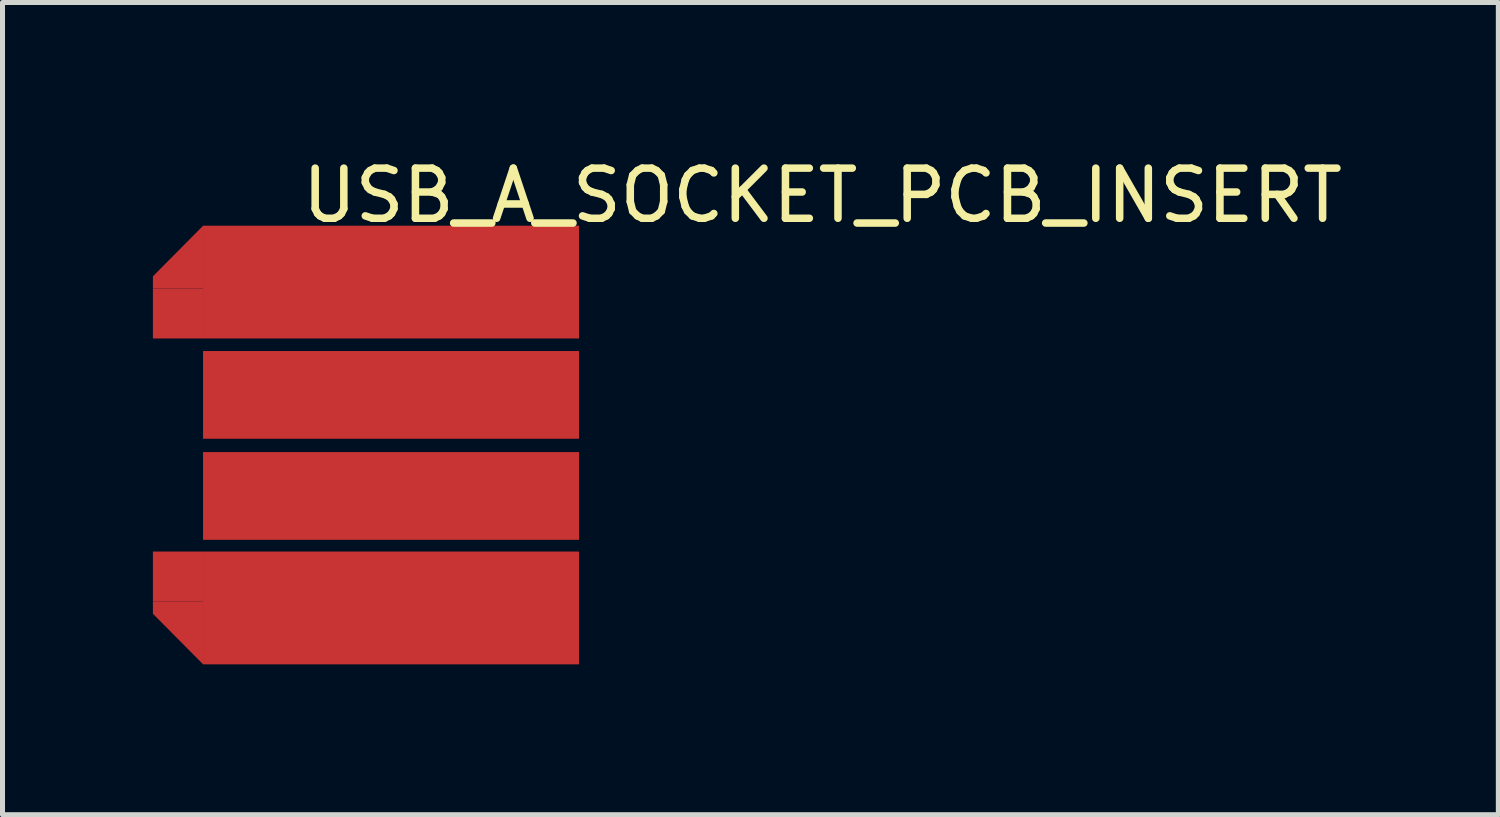
<source format=kicad_pcb>
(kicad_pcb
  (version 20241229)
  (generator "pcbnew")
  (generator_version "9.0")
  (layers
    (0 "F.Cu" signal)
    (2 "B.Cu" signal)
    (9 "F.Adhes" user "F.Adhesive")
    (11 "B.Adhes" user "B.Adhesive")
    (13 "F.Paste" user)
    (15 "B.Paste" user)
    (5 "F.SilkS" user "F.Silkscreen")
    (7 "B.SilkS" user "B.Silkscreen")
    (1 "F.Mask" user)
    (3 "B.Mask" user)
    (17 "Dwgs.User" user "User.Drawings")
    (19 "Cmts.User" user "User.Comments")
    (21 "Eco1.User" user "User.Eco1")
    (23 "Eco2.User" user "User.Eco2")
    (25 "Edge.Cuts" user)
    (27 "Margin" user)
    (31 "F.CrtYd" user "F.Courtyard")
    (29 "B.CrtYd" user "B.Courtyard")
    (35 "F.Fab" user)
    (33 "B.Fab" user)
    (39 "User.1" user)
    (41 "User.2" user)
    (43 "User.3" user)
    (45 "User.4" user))
  (footprint "USB_A_SOCKET_PCB_INSERT"
    (layer "F.Cu")
    (at 4.75 5.827)
    (property "Reference" "USB_A_SOCKET_PCB_INSERT" (at 8.606 -4.978 0) (layer "F.SilkS") (effects (font (size 1 1) (thickness 0.15))))
    (attr through_hole)
    (fp_poly (pts (xy -3.75 -3.125) (xy -4.75 -3.125) (xy -4.75 -3.365) (xy -3.749 -4.374)) (stroke (width 0) (type solid)) (fill yes) (layer "F.Cu"))
    (fp_poly (pts (xy -3.75 -2.125) (xy -4.75 -2.125) (xy -4.75 -3.125) (xy -3.75 -3.125)) (stroke (width 0) (type solid)) (fill yes) (layer "F.Cu"))
    (fp_poly (pts (xy -3.75 3.125) (xy -4.75 3.125) (xy -4.75 2.125) (xy -3.75 2.125)) (stroke (width 0) (type solid)) (fill yes) (layer "F.Cu"))
    (fp_poly (pts (xy -3.75 3.125) (xy -4.75 3.125) (xy -4.75 3.366) (xy -3.749 4.374)) (stroke (width 0) (type solid)) (fill yes) (layer "F.Cu"))
    (pad "1" smd custom (at 0 -3.25) (size 7.5 2.25) (layers "F.Cu" "F.Mask") (options (anchor rect)) (primitives))
    (pad "2" smd custom (at 0 -1) (size 7.5 1.75) (layers "F.Cu" "F.Mask") (options (anchor rect)) (primitives))
    (pad "3" smd custom (at 0 1.016) (size 7.5 1.75) (layers "F.Cu" "F.Mask") (options (anchor rect)) (primitives))
    (pad "4" smd custom (at 0 3.25) (size 7.5 2.25) (layers "F.Cu" "F.Mask") (options (anchor rect)) (primitives)))
  (gr_rect
    (start -3 -3)
    (end 26.838 13.202)
    (stroke (width 0.1) (type default))
    (fill no)
    (layer "Edge.Cuts")))
</source>
